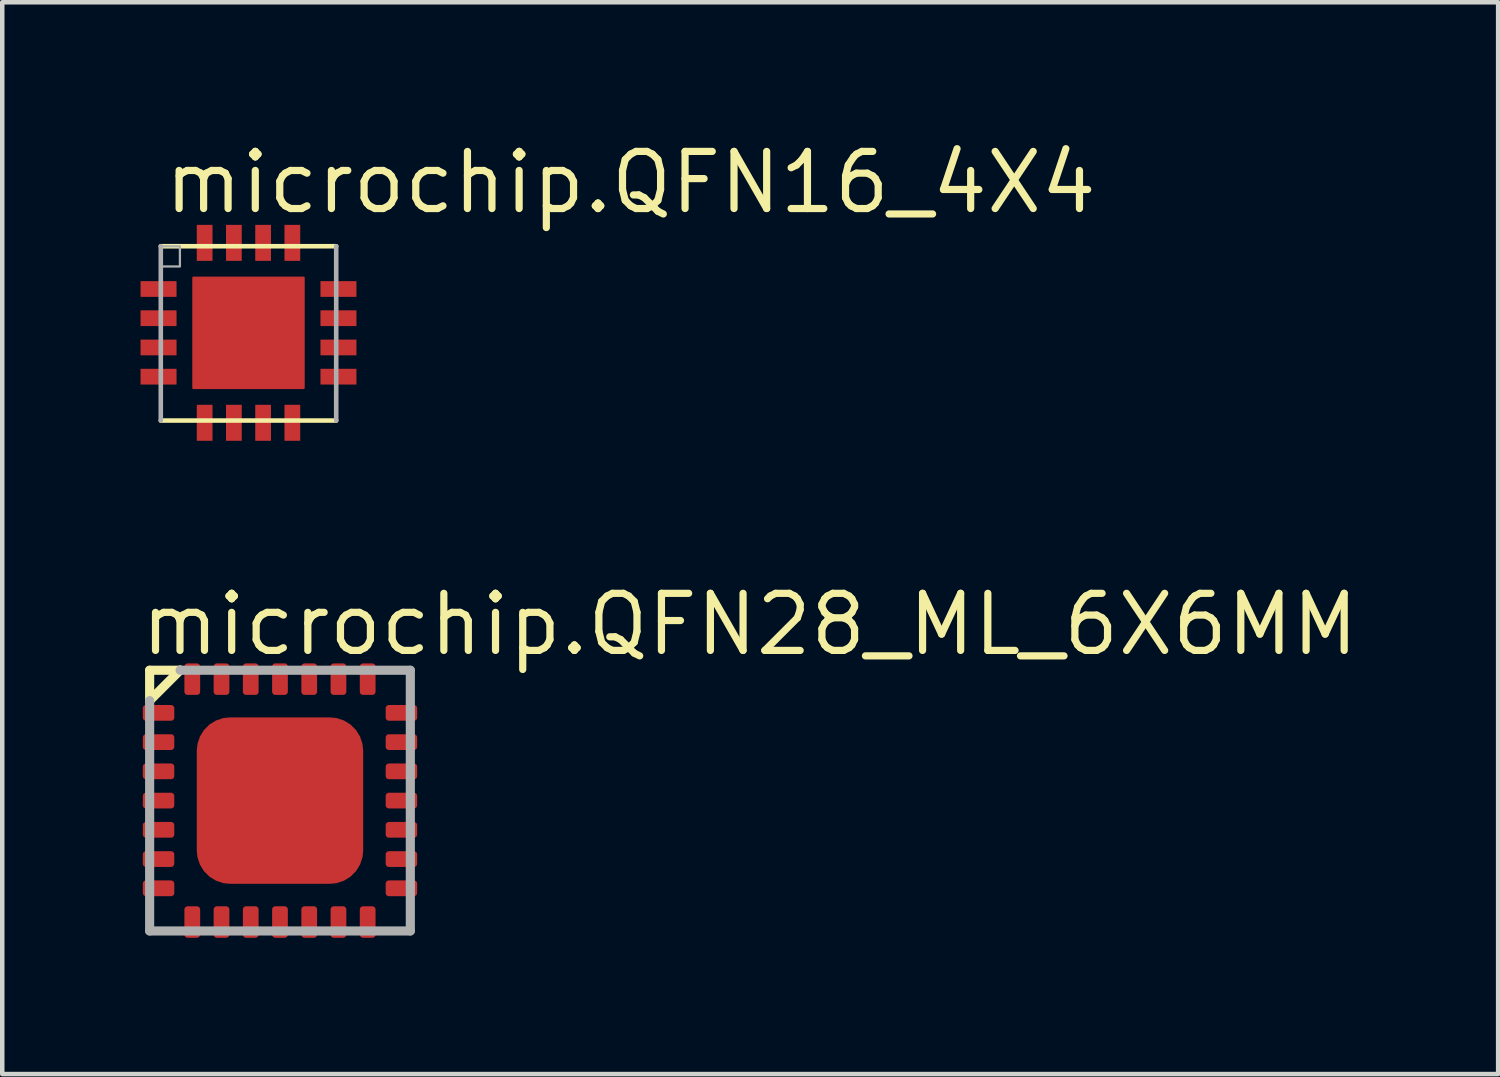
<source format=kicad_pcb>
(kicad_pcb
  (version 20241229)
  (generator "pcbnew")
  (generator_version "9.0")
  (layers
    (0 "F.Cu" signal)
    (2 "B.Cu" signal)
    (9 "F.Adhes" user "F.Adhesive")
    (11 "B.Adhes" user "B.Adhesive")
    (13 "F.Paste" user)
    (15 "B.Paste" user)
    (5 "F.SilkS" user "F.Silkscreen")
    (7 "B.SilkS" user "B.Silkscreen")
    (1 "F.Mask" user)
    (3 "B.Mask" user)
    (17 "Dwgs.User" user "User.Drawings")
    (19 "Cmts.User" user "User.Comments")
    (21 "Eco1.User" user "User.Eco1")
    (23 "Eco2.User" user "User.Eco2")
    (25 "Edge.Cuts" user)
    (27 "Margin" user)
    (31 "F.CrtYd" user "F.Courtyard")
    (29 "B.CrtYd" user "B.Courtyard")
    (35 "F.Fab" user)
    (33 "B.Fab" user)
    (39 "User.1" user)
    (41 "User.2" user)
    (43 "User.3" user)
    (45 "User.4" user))
  (footprint "microchip.QFN28_ML_6X6MM"
    (layer "F.Cu")
    (at 3.175 14.75)
    (property "Reference" "microchip.QFN28_ML_6X6MM" (at -3.175 -3.175 0) (layer "F.SilkS") (effects (font (size 1.27 1.27) (thickness 0.16)) (justify left bottom)))
    (attr smd)
    (fp_rect (start -3.055 -1.768) (end -2.346 -2.132) (stroke (width 0.05) (type default)) (fill yes) (layer "F.Mask"))
    (fp_rect (start -3.055 -1.118) (end -2.346 -1.482) (stroke (width 0.05) (type default)) (fill yes) (layer "F.Mask"))
    (fp_rect (start -3.055 -0.468) (end -2.346 -0.832) (stroke (width 0.05) (type default)) (fill yes) (layer "F.Mask"))
    (fp_rect (start -3.055 0.182) (end -2.346 -0.182) (stroke (width 0.05) (type default)) (fill yes) (layer "F.Mask"))
    (fp_rect (start -3.055 0.832) (end -2.346 0.468) (stroke (width 0.05) (type default)) (fill yes) (layer "F.Mask"))
    (fp_rect (start -3.055 1.482) (end -2.346 1.118) (stroke (width 0.05) (type default)) (fill yes) (layer "F.Mask"))
    (fp_rect (start -3.055 2.132) (end -2.346 1.768) (stroke (width 0.05) (type default)) (fill yes) (layer "F.Mask"))
    (fp_rect (start -2.132 -2.346) (end -1.768 -3.055) (stroke (width 0.05) (type default)) (fill yes) (layer "F.Mask"))
    (fp_rect (start -2.132 3.055) (end -1.768 2.346) (stroke (width 0.05) (type default)) (fill yes) (layer "F.Mask"))
    (fp_rect (start -1.859 1.859) (end 1.859 -1.859) (stroke (width 0.05) (type default)) (fill yes) (layer "F.Mask"))
    (fp_rect (start -1.482 -2.346) (end -1.118 -3.055) (stroke (width 0.05) (type default)) (fill yes) (layer "F.Mask"))
    (fp_rect (start -1.482 3.055) (end -1.118 2.346) (stroke (width 0.05) (type default)) (fill yes) (layer "F.Mask"))
    (fp_rect (start -0.832 -2.346) (end -0.468 -3.055) (stroke (width 0.05) (type default)) (fill yes) (layer "F.Mask"))
    (fp_rect (start -0.832 3.055) (end -0.468 2.346) (stroke (width 0.05) (type default)) (fill yes) (layer "F.Mask"))
    (fp_rect (start -0.182 -2.346) (end 0.182 -3.055) (stroke (width 0.05) (type default)) (fill yes) (layer "F.Mask"))
    (fp_rect (start -0.182 3.055) (end 0.182 2.346) (stroke (width 0.05) (type default)) (fill yes) (layer "F.Mask"))
    (fp_rect (start 0.468 -2.346) (end 0.832 -3.055) (stroke (width 0.05) (type default)) (fill yes) (layer "F.Mask"))
    (fp_rect (start 0.468 3.055) (end 0.832 2.346) (stroke (width 0.05) (type default)) (fill yes) (layer "F.Mask"))
    (fp_rect (start 1.118 -2.346) (end 1.482 -3.055) (stroke (width 0.05) (type default)) (fill yes) (layer "F.Mask"))
    (fp_rect (start 1.118 3.055) (end 1.482 2.346) (stroke (width 0.05) (type default)) (fill yes) (layer "F.Mask"))
    (fp_rect (start 1.768 -2.346) (end 2.132 -3.055) (stroke (width 0.05) (type default)) (fill yes) (layer "F.Mask"))
    (fp_rect (start 1.768 3.055) (end 2.132 2.346) (stroke (width 0.05) (type default)) (fill yes) (layer "F.Mask"))
    (fp_rect (start 2.346 -1.768) (end 3.055 -2.132) (stroke (width 0.05) (type default)) (fill yes) (layer "F.Mask"))
    (fp_rect (start 2.346 -1.118) (end 3.055 -1.482) (stroke (width 0.05) (type default)) (fill yes) (layer "F.Mask"))
    (fp_rect (start 2.346 -0.468) (end 3.055 -0.832) (stroke (width 0.05) (type default)) (fill yes) (layer "F.Mask"))
    (fp_rect (start 2.346 0.182) (end 3.055 -0.182) (stroke (width 0.05) (type default)) (fill yes) (layer "F.Mask"))
    (fp_rect (start 2.346 0.832) (end 3.055 0.468) (stroke (width 0.05) (type default)) (fill yes) (layer "F.Mask"))
    (fp_rect (start 2.346 1.482) (end 3.055 1.118) (stroke (width 0.05) (type default)) (fill yes) (layer "F.Mask"))
    (fp_rect (start 2.346 2.132) (end 3.055 1.768) (stroke (width 0.05) (type default)) (fill yes) (layer "F.Mask"))
    (fp_line (start -2.898 -2.898) (end -2.22 -2.898) (stroke (width 0.203) (type default)) (layer "F.SilkS"))
    (fp_line (start -2.898 -2.222) (end -2.898 -2.898) (stroke (width 0.203) (type default)) (layer "F.SilkS"))
    (fp_line (start -2.22 -2.9) (end -2.898 -2.222) (stroke (width 0.203) (type default)) (layer "F.SilkS"))
    (fp_line (start -2.22 -2.898) (end -2.22 -2.9) (stroke (width 0.203) (type default)) (layer "F.SilkS"))
    (fp_rect (start -3.042 -1.788) (end -2.36 -2.112) (stroke (width 0.05) (type default)) (fill yes) (layer "F.Paste"))
    (fp_rect (start -3.042 -1.137) (end -2.36 -1.462) (stroke (width 0.05) (type default)) (fill yes) (layer "F.Paste"))
    (fp_rect (start -3.042 -0.487) (end -2.36 -0.812) (stroke (width 0.05) (type default)) (fill yes) (layer "F.Paste"))
    (fp_rect (start -3.042 0.163) (end -2.36 -0.163) (stroke (width 0.05) (type default)) (fill yes) (layer "F.Paste"))
    (fp_rect (start -3.042 0.812) (end -2.36 0.487) (stroke (width 0.05) (type default)) (fill yes) (layer "F.Paste"))
    (fp_rect (start -3.042 1.462) (end -2.36 1.137) (stroke (width 0.05) (type default)) (fill yes) (layer "F.Paste"))
    (fp_rect (start -3.042 2.112) (end -2.36 1.788) (stroke (width 0.05) (type default)) (fill yes) (layer "F.Paste"))
    (fp_rect (start -2.112 -2.36) (end -1.788 -3.042) (stroke (width 0.05) (type default)) (fill yes) (layer "F.Paste"))
    (fp_rect (start -2.112 3.042) (end -1.788 2.36) (stroke (width 0.05) (type default)) (fill yes) (layer "F.Paste"))
    (fp_rect (start -1.736 1.736) (end 1.736 -1.736) (stroke (width 0.05) (type default)) (fill yes) (layer "F.Paste"))
    (fp_rect (start -1.462 -2.36) (end -1.137 -3.042) (stroke (width 0.05) (type default)) (fill yes) (layer "F.Paste"))
    (fp_rect (start -1.462 3.042) (end -1.137 2.36) (stroke (width 0.05) (type default)) (fill yes) (layer "F.Paste"))
    (fp_rect (start -0.812 -2.36) (end -0.487 -3.042) (stroke (width 0.05) (type default)) (fill yes) (layer "F.Paste"))
    (fp_rect (start -0.812 3.042) (end -0.487 2.36) (stroke (width 0.05) (type default)) (fill yes) (layer "F.Paste"))
    (fp_rect (start -0.163 -2.36) (end 0.163 -3.042) (stroke (width 0.05) (type default)) (fill yes) (layer "F.Paste"))
    (fp_rect (start -0.163 3.042) (end 0.163 2.36) (stroke (width 0.05) (type default)) (fill yes) (layer "F.Paste"))
    (fp_rect (start 0.487 -2.36) (end 0.812 -3.042) (stroke (width 0.05) (type default)) (fill yes) (layer "F.Paste"))
    (fp_rect (start 0.487 3.042) (end 0.812 2.36) (stroke (width 0.05) (type default)) (fill yes) (layer "F.Paste"))
    (fp_rect (start 1.137 -2.36) (end 1.462 -3.042) (stroke (width 0.05) (type default)) (fill yes) (layer "F.Paste"))
    (fp_rect (start 1.137 3.042) (end 1.462 2.36) (stroke (width 0.05) (type default)) (fill yes) (layer "F.Paste"))
    (fp_rect (start 1.788 -2.36) (end 2.112 -3.042) (stroke (width 0.05) (type default)) (fill yes) (layer "F.Paste"))
    (fp_rect (start 1.788 3.042) (end 2.112 2.36) (stroke (width 0.05) (type default)) (fill yes) (layer "F.Paste"))
    (fp_rect (start 2.36 -1.788) (end 3.042 -2.112) (stroke (width 0.05) (type default)) (fill yes) (layer "F.Paste"))
    (fp_rect (start 2.36 -1.137) (end 3.042 -1.462) (stroke (width 0.05) (type default)) (fill yes) (layer "F.Paste"))
    (fp_rect (start 2.36 -0.487) (end 3.042 -0.812) (stroke (width 0.05) (type default)) (fill yes) (layer "F.Paste"))
    (fp_rect (start 2.36 0.163) (end 3.042 -0.163) (stroke (width 0.05) (type default)) (fill yes) (layer "F.Paste"))
    (fp_rect (start 2.36 0.812) (end 3.042 0.487) (stroke (width 0.05) (type default)) (fill yes) (layer "F.Paste"))
    (fp_rect (start 2.36 1.462) (end 3.042 1.137) (stroke (width 0.05) (type default)) (fill yes) (layer "F.Paste"))
    (fp_rect (start 2.36 2.112) (end 3.042 1.788) (stroke (width 0.05) (type default)) (fill yes) (layer "F.Paste"))
    (fp_line (start -2.898 -2.222) (end -2.898 2.898) (stroke (width 0.203) (type default)) (layer "F.Fab"))
    (fp_line (start -2.898 2.898) (end 2.898 2.898) (stroke (width 0.203) (type default)) (layer "F.Fab"))
    (fp_line (start 2.898 -2.898) (end -2.22 -2.898) (stroke (width 0.203) (type default)) (layer "F.Fab"))
    (fp_line (start 2.898 2.898) (end 2.898 -2.898) (stroke (width 0.203) (type default)) (layer "F.Fab"))
    (pad "1" smd roundrect (at -2.7 -1.95) (size 0.7 0.35) (layers "F.Cu" "F.Mask" "F.Paste") (roundrect_rratio 0.2))
    (pad "2" smd roundrect (at -2.7 -1.3) (size 0.7 0.35) (layers "F.Cu" "F.Mask" "F.Paste") (roundrect_rratio 0.2))
    (pad "3" smd roundrect (at -2.7 -0.65) (size 0.7 0.35) (layers "F.Cu" "F.Mask" "F.Paste") (roundrect_rratio 0.2))
    (pad "4" smd roundrect (at -2.7 0) (size 0.7 0.35) (layers "F.Cu" "F.Mask" "F.Paste") (roundrect_rratio 0.2))
    (pad "5" smd roundrect (at -2.7 0.65) (size 0.7 0.35) (layers "F.Cu" "F.Mask" "F.Paste") (roundrect_rratio 0.2))
    (pad "6" smd roundrect (at -2.7 1.3) (size 0.7 0.35) (layers "F.Cu" "F.Mask" "F.Paste") (roundrect_rratio 0.2))
    (pad "7" smd roundrect (at -2.7 1.95) (size 0.7 0.35) (layers "F.Cu" "F.Mask" "F.Paste") (roundrect_rratio 0.2))
    (pad "8" smd roundrect (at -1.95 2.7) (size 0.35 0.7) (layers "F.Cu" "F.Mask" "F.Paste") (roundrect_rratio 0.2))
    (pad "9" smd roundrect (at -1.3 2.7) (size 0.35 0.7) (layers "F.Cu" "F.Mask" "F.Paste") (roundrect_rratio 0.2))
    (pad "10" smd roundrect (at -0.65 2.7) (size 0.35 0.7) (layers "F.Cu" "F.Mask" "F.Paste") (roundrect_rratio 0.2))
    (pad "11" smd roundrect (at 0 2.7) (size 0.35 0.7) (layers "F.Cu" "F.Mask" "F.Paste") (roundrect_rratio 0.2))
    (pad "12" smd roundrect (at 0.65 2.7) (size 0.35 0.7) (layers "F.Cu" "F.Mask" "F.Paste") (roundrect_rratio 0.2))
    (pad "13" smd roundrect (at 1.3 2.7) (size 0.35 0.7) (layers "F.Cu" "F.Mask" "F.Paste") (roundrect_rratio 0.2))
    (pad "14" smd roundrect (at 1.95 2.7) (size 0.35 0.7) (layers "F.Cu" "F.Mask" "F.Paste") (roundrect_rratio 0.2))
    (pad "15" smd roundrect (at 2.7 1.95) (size 0.7 0.35) (layers "F.Cu" "F.Mask" "F.Paste") (roundrect_rratio 0.2))
    (pad "16" smd roundrect (at 2.7 1.3) (size 0.7 0.35) (layers "F.Cu" "F.Mask" "F.Paste") (roundrect_rratio 0.2))
    (pad "17" smd roundrect (at 2.7 0.65) (size 0.7 0.35) (layers "F.Cu" "F.Mask" "F.Paste") (roundrect_rratio 0.2))
    (pad "18" smd roundrect (at 2.7 0) (size 0.7 0.35) (layers "F.Cu" "F.Mask" "F.Paste") (roundrect_rratio 0.2))
    (pad "19" smd roundrect (at 2.7 -0.65) (size 0.7 0.35) (layers "F.Cu" "F.Mask" "F.Paste") (roundrect_rratio 0.2))
    (pad "20" smd roundrect (at 2.7 -1.3) (size 0.7 0.35) (layers "F.Cu" "F.Mask" "F.Paste") (roundrect_rratio 0.2))
    (pad "21" smd roundrect (at 2.7 -1.95) (size 0.7 0.35) (layers "F.Cu" "F.Mask" "F.Paste") (roundrect_rratio 0.2))
    (pad "22" smd roundrect (at 1.95 -2.7) (size 0.35 0.7) (layers "F.Cu" "F.Mask" "F.Paste") (roundrect_rratio 0.2))
    (pad "23" smd roundrect (at 1.3 -2.7) (size 0.35 0.7) (layers "F.Cu" "F.Mask" "F.Paste") (roundrect_rratio 0.2))
    (pad "24" smd roundrect (at 0.65 -2.7) (size 0.35 0.7) (layers "F.Cu" "F.Mask" "F.Paste") (roundrect_rratio 0.2))
    (pad "25" smd roundrect (at 0 -2.7) (size 0.35 0.7) (layers "F.Cu" "F.Mask" "F.Paste") (roundrect_rratio 0.2))
    (pad "26" smd roundrect (at -0.65 -2.7) (size 0.35 0.7) (layers "F.Cu" "F.Mask" "F.Paste") (roundrect_rratio 0.2))
    (pad "27" smd roundrect (at -1.3 -2.7) (size 0.35 0.7) (layers "F.Cu" "F.Mask" "F.Paste") (roundrect_rratio 0.2))
    (pad "28" smd roundrect (at -1.95 -2.7) (size 0.35 0.7) (layers "F.Cu" "F.Mask" "F.Paste") (roundrect_rratio 0.2))
    (pad "EXP" smd roundrect (at 0 0) (size 3.7 3.7) (layers "F.Cu" "F.Mask" "F.Paste") (roundrect_rratio 0.2)))
  (footprint "microchip.QFN16_4X4"
    (layer "F.Cu")
    (at 2.475 4.35)
    (property "Reference" "microchip.QFN16_4X4" (at -1.95 -2.6 0) (layer "F.SilkS") (effects (font (size 1.27 1.27) (thickness 0.16)) (justify left bottom)))
    (attr smd)
    (fp_rect (start -2.45 -0.75) (end -1.55 -1.2) (stroke (width 0.05) (type default)) (fill yes) (layer "F.Mask"))
    (fp_rect (start -2.45 -0.1) (end -1.55 -0.55) (stroke (width 0.05) (type default)) (fill yes) (layer "F.Mask"))
    (fp_rect (start -2.45 0.55) (end -1.55 0.1) (stroke (width 0.05) (type default)) (fill yes) (layer "F.Mask"))
    (fp_rect (start -2.45 1.2) (end -1.55 0.75) (stroke (width 0.05) (type default)) (fill yes) (layer "F.Mask"))
    (fp_rect (start -1.3 1.3) (end 1.3 -1.3) (stroke (width 0.05) (type default)) (fill yes) (layer "F.Mask"))
    (fp_rect (start -1.2 -1.55) (end -0.75 -2.45) (stroke (width 0.05) (type default)) (fill yes) (layer "F.Mask"))
    (fp_rect (start -1.2 2.45) (end -0.75 1.55) (stroke (width 0.05) (type default)) (fill yes) (layer "F.Mask"))
    (fp_rect (start -0.55 -1.55) (end -0.1 -2.45) (stroke (width 0.05) (type default)) (fill yes) (layer "F.Mask"))
    (fp_rect (start -0.55 2.45) (end -0.1 1.55) (stroke (width 0.05) (type default)) (fill yes) (layer "F.Mask"))
    (fp_rect (start 0.1 -1.55) (end 0.55 -2.45) (stroke (width 0.05) (type default)) (fill yes) (layer "F.Mask"))
    (fp_rect (start 0.1 2.45) (end 0.55 1.55) (stroke (width 0.05) (type default)) (fill yes) (layer "F.Mask"))
    (fp_rect (start 0.75 -1.55) (end 1.2 -2.45) (stroke (width 0.05) (type default)) (fill yes) (layer "F.Mask"))
    (fp_rect (start 0.75 2.45) (end 1.2 1.55) (stroke (width 0.05) (type default)) (fill yes) (layer "F.Mask"))
    (fp_rect (start 1.55 -0.75) (end 2.45 -1.2) (stroke (width 0.05) (type default)) (fill yes) (layer "F.Mask"))
    (fp_rect (start 1.55 -0.1) (end 2.45 -0.55) (stroke (width 0.05) (type default)) (fill yes) (layer "F.Mask"))
    (fp_rect (start 1.55 0.55) (end 2.45 0.1) (stroke (width 0.05) (type default)) (fill yes) (layer "F.Mask"))
    (fp_rect (start 1.55 1.2) (end 2.45 0.75) (stroke (width 0.05) (type default)) (fill yes) (layer "F.Mask"))
    (fp_line (start -1.95 -1.925) (end 1.95 -1.925) (stroke (width 0.102) (type default)) (layer "F.SilkS"))
    (fp_line (start 1.95 1.95) (end -1.95 1.95) (stroke (width 0.102) (type default)) (layer "F.SilkS"))
    (fp_rect (start -2.375 -0.825) (end -1.625 -1.125) (stroke (width 0.05) (type default)) (fill yes) (layer "F.Paste"))
    (fp_rect (start -2.375 -0.175) (end -1.625 -0.475) (stroke (width 0.05) (type default)) (fill yes) (layer "F.Paste"))
    (fp_rect (start -2.375 0.475) (end -1.625 0.175) (stroke (width 0.05) (type default)) (fill yes) (layer "F.Paste"))
    (fp_rect (start -2.375 1.125) (end -1.625 0.825) (stroke (width 0.05) (type default)) (fill yes) (layer "F.Paste"))
    (fp_rect (start -1.175 1.175) (end 1.175 -1.175) (stroke (width 0.05) (type default)) (fill yes) (layer "F.Paste"))
    (fp_rect (start -1.125 -1.625) (end -0.825 -2.375) (stroke (width 0.05) (type default)) (fill yes) (layer "F.Paste"))
    (fp_rect (start -1.125 2.375) (end -0.825 1.625) (stroke (width 0.05) (type default)) (fill yes) (layer "F.Paste"))
    (fp_rect (start -0.475 -1.625) (end -0.175 -2.375) (stroke (width 0.05) (type default)) (fill yes) (layer "F.Paste"))
    (fp_rect (start -0.475 2.375) (end -0.175 1.625) (stroke (width 0.05) (type default)) (fill yes) (layer "F.Paste"))
    (fp_rect (start 0.175 -1.625) (end 0.475 -2.375) (stroke (width 0.05) (type default)) (fill yes) (layer "F.Paste"))
    (fp_rect (start 0.175 2.375) (end 0.475 1.625) (stroke (width 0.05) (type default)) (fill yes) (layer "F.Paste"))
    (fp_rect (start 0.825 -1.625) (end 1.125 -2.375) (stroke (width 0.05) (type default)) (fill yes) (layer "F.Paste"))
    (fp_rect (start 0.825 2.375) (end 1.125 1.625) (stroke (width 0.05) (type default)) (fill yes) (layer "F.Paste"))
    (fp_rect (start 1.625 -0.825) (end 2.375 -1.125) (stroke (width 0.05) (type default)) (fill yes) (layer "F.Paste"))
    (fp_rect (start 1.625 -0.175) (end 2.375 -0.475) (stroke (width 0.05) (type default)) (fill yes) (layer "F.Paste"))
    (fp_rect (start 1.625 0.475) (end 2.375 0.175) (stroke (width 0.05) (type default)) (fill yes) (layer "F.Paste"))
    (fp_rect (start 1.625 1.125) (end 2.375 0.825) (stroke (width 0.05) (type default)) (fill yes) (layer "F.Paste"))
    (fp_line (start -1.95 -1.925) (end -1.95 1.95) (stroke (width 0.102) (type default)) (layer "F.Fab"))
    (fp_line (start 1.95 1.95) (end 1.95 -1.925) (stroke (width 0.102) (type default)) (layer "F.Fab"))
    (fp_rect (start -1.95 -1.475) (end -1.525 -1.925) (stroke (width 0.05) (type default)) (fill no) (layer "F.Fab"))
    (pad "1" smd roundrect (at -2 -0.975) (size 0.8 0.35) (layers "F.Cu" "F.Mask" "F.Paste") (roundrect_rratio 0.01))
    (pad "2" smd roundrect (at -2 -0.325) (size 0.8 0.35) (layers "F.Cu" "F.Mask" "F.Paste") (roundrect_rratio 0.01))
    (pad "3" smd roundrect (at -2 0.325) (size 0.8 0.35) (layers "F.Cu" "F.Mask" "F.Paste") (roundrect_rratio 0.01))
    (pad "4" smd roundrect (at -2 0.975) (size 0.8 0.35) (layers "F.Cu" "F.Mask" "F.Paste") (roundrect_rratio 0.01))
    (pad "5" smd roundrect (at -0.975 2 90) (size 0.8 0.35) (layers "F.Cu" "F.Mask" "F.Paste") (roundrect_rratio 0.01))
    (pad "6" smd roundrect (at -0.325 2 90) (size 0.8 0.35) (layers "F.Cu" "F.Mask" "F.Paste") (roundrect_rratio 0.01))
    (pad "7" smd roundrect (at 0.325 2 90) (size 0.8 0.35) (layers "F.Cu" "F.Mask" "F.Paste") (roundrect_rratio 0.01))
    (pad "8" smd roundrect (at 0.975 2 90) (size 0.8 0.35) (layers "F.Cu" "F.Mask" "F.Paste") (roundrect_rratio 0.01))
    (pad "9" smd roundrect (at 2 0.975 180) (size 0.8 0.35) (layers "F.Cu" "F.Mask" "F.Paste") (roundrect_rratio 0.01))
    (pad "10" smd roundrect (at 2 0.325 180) (size 0.8 0.35) (layers "F.Cu" "F.Mask" "F.Paste") (roundrect_rratio 0.01))
    (pad "11" smd roundrect (at 2 -0.325 180) (size 0.8 0.35) (layers "F.Cu" "F.Mask" "F.Paste") (roundrect_rratio 0.01))
    (pad "12" smd roundrect (at 2 -0.975 180) (size 0.8 0.35) (layers "F.Cu" "F.Mask" "F.Paste") (roundrect_rratio 0.01))
    (pad "13" smd roundrect (at 0.975 -2 270) (size 0.8 0.35) (layers "F.Cu" "F.Mask" "F.Paste") (roundrect_rratio 0.01))
    (pad "14" smd roundrect (at 0.325 -2 270) (size 0.8 0.35) (layers "F.Cu" "F.Mask" "F.Paste") (roundrect_rratio 0.01))
    (pad "15" smd roundrect (at -0.325 -2 270) (size 0.8 0.35) (layers "F.Cu" "F.Mask" "F.Paste") (roundrect_rratio 0.01))
    (pad "16" smd roundrect (at -0.975 -2 270) (size 0.8 0.35) (layers "F.Cu" "F.Mask" "F.Paste") (roundrect_rratio 0.01))
    (pad "EXP" smd roundrect (at 0 0) (size 2.5 2.5) (layers "F.Cu" "F.Mask" "F.Paste") (roundrect_rratio 0.01)))
  (gr_rect
    (start -3 -3)
    (end 30.259 20.83)
    (stroke (width 0.1) (type default))
    (fill no)
    (layer "Edge.Cuts")))
</source>
